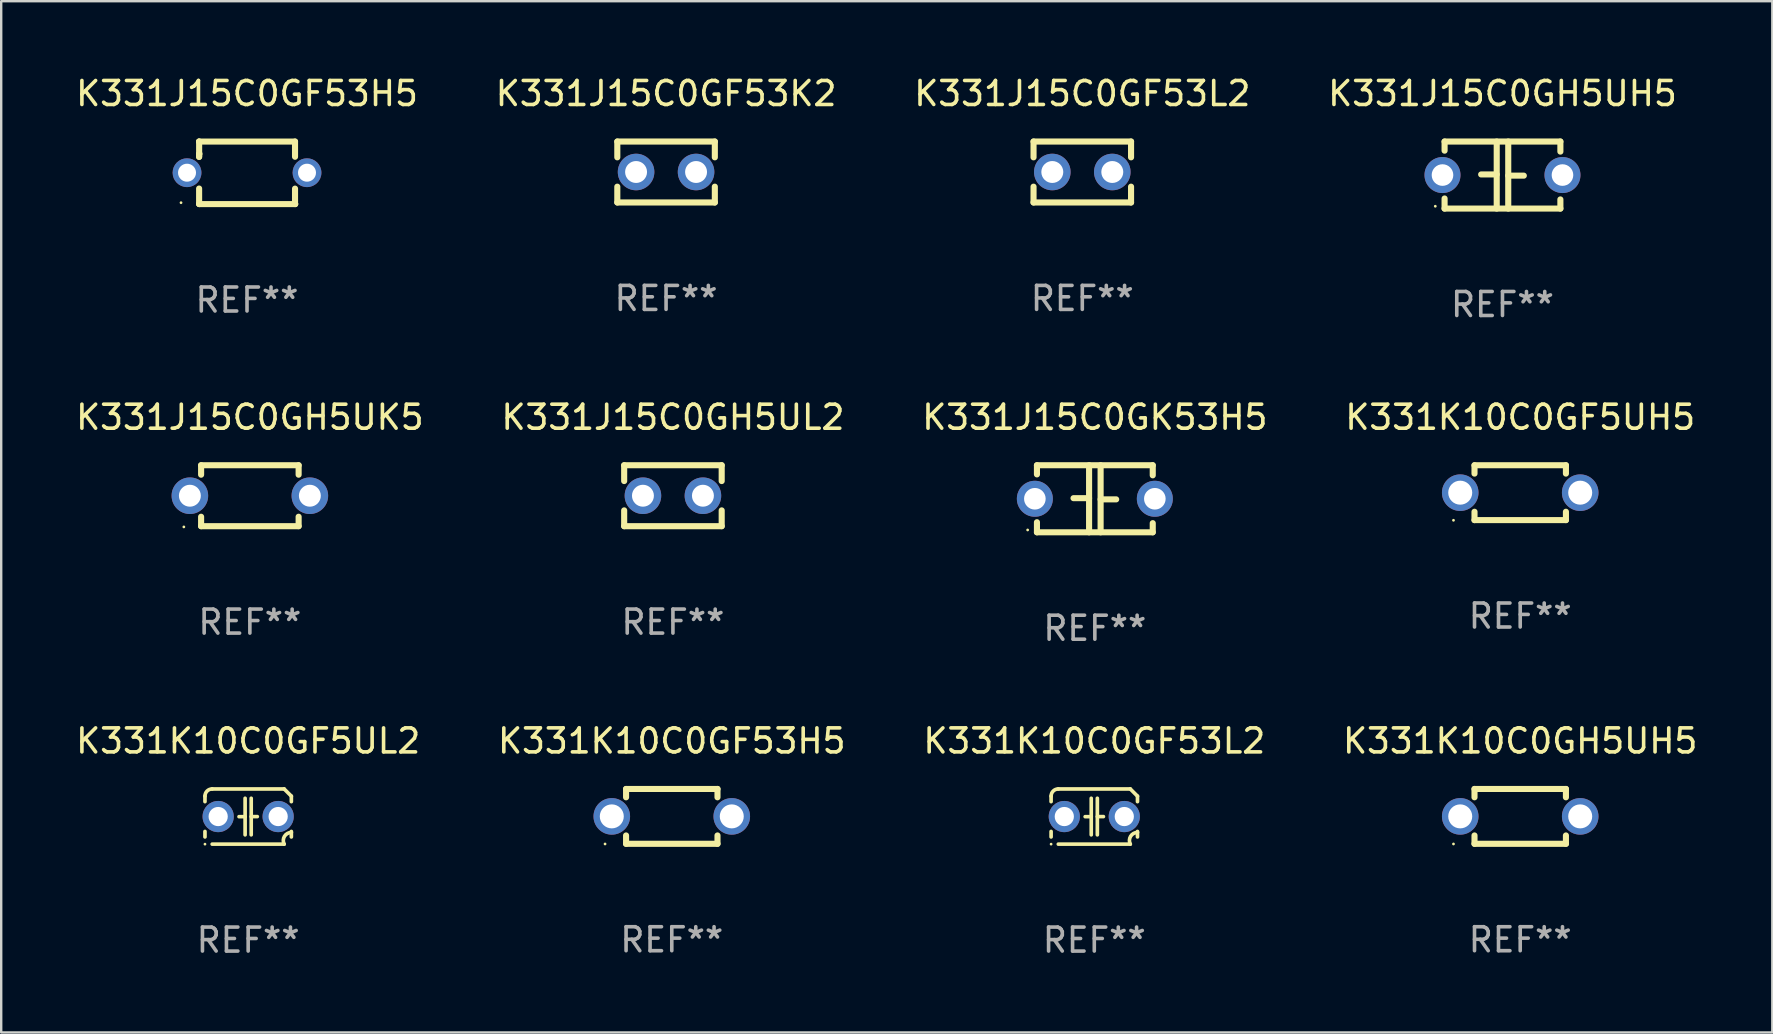
<source format=kicad_pcb>
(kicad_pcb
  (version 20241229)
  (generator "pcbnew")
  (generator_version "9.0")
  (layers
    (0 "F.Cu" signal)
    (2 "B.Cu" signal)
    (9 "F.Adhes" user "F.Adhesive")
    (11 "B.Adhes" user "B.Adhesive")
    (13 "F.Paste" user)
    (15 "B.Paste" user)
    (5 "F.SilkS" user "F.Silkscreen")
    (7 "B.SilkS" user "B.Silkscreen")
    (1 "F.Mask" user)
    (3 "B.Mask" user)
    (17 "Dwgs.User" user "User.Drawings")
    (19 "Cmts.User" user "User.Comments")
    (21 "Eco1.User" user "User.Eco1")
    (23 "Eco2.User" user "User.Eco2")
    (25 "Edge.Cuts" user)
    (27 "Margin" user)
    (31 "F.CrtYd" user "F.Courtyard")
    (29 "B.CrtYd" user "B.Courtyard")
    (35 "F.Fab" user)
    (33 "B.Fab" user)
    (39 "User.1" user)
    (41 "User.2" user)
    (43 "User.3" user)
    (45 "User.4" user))
  (footprint "K331K10C0GF53L2"
    (layer "F.Cu")
    (at 42.554 30.979)
    (property "Reference" "K331K10C0GF53L2" (at 0 -3.15 0) (layer "F.SilkS") (effects (font (size 1 1) (thickness 0.15))))
    (attr through_hole)
    (fp_line (start -1.8 -0.621) (end -1.8 -0.85) (stroke (width 0.152) (type solid)) (layer "F.SilkS"))
    (fp_line (start -1.8 0.85) (end -1.8 0.621) (stroke (width 0.152) (type solid)) (layer "F.SilkS"))
    (fp_line (start -1.5 -1.15) (end 1.5 -1.15) (stroke (width 0.152) (type solid)) (layer "F.SilkS"))
    (fp_line (start -0.127 -0.762) (end -0.127 0.762) (stroke (width 0.152) (type solid)) (layer "F.SilkS"))
    (fp_line (start -0.127 0.005) (end -0.381 0.005) (stroke (width 0.152) (type solid)) (layer "F.SilkS"))
    (fp_line (start 0.127 -0.762) (end 0.127 0.762) (stroke (width 0.152) (type solid)) (layer "F.SilkS"))
    (fp_line (start 0.127 0.002) (end 0.381 0.002) (stroke (width 0.152) (type solid)) (layer "F.SilkS"))
    (fp_line (start 1.5 1.15) (end -1.5 1.15) (stroke (width 0.152) (type solid)) (layer "F.SilkS"))
    (fp_line (start 1.8 -0.85) (end 1.8 -0.621) (stroke (width 0.152) (type solid)) (layer "F.SilkS"))
    (fp_line (start 1.8 0.621) (end 1.8 0.85) (stroke (width 0.152) (type solid)) (layer "F.SilkS"))
    (fp_arc (start -1.799975 -0.849987) (mid -1.712107 -1.062119) (end -1.499975 -1.149987) (stroke (width 0.151994) (type solid)) (layer "F.SilkS"))
    (fp_arc (start 1.499975 1.149987) (mid 1.513726 0.822359) (end 1.799975 0.662387) (stroke (width 0.151994) (type solid)) (layer "F.SilkS"))
    (fp_arc (start 1.500001 -1.149986) (mid 1.650015 -1.000001) (end 1.8 -0.849987) (stroke (width 0.151994) (type solid)) (layer "F.SilkS"))
    (fp_circle (center -1.8 1.15) (end -1.77 1.15) (stroke (width 0.06) (type solid)) (fill no) (layer "F.SilkS"))
    (fp_text user "REF**" (at 0 5.15 0) (layer "F.Fab") (effects (font (size 1 1) (thickness 0.15))))
    (pad "1" thru_hole circle (at -1.25 0) (size 1.3 1.3) (drill 0.8) (layers "*.Cu" "*.Mask"))
    (pad "2" thru_hole circle (at 1.25 0) (size 1.3 1.3) (drill 0.8) (layers "*.Cu" "*.Mask")))
  (footprint "K331J15C0GK53H5"
    (layer "F.Cu")
    (at 42.577 17.736)
    (property "Reference" "K331J15C0GK53H5" (at 0 -3.397 0) (layer "F.SilkS") (effects (font (size 1 1) (thickness 0.15))))
    (attr through_hole)
    (fp_line (start -2.413 -1.397) (end 2.413 -1.397) (stroke (width 0.254) (type solid)) (layer "F.SilkS"))
    (fp_line (start -2.413 -1.016) (end -2.413 -1.397) (stroke (width 0.254) (type solid)) (layer "F.SilkS"))
    (fp_line (start -2.413 0.977) (end -2.413 1.397) (stroke (width 0.254) (type solid)) (layer "F.SilkS"))
    (fp_line (start -0.24 -0.025) (end -0.889 -0.025) (stroke (width 0.254) (type solid)) (layer "F.SilkS"))
    (fp_line (start -0.24 1.397) (end -0.24 -1.397) (stroke (width 0.254) (type solid)) (layer "F.SilkS"))
    (fp_line (start 0.24 -1.397) (end 0.24 1.397) (stroke (width 0.254) (type solid)) (layer "F.SilkS"))
    (fp_line (start 0.24 0.025) (end 0.889 0.025) (stroke (width 0.254) (type solid)) (layer "F.SilkS"))
    (fp_line (start 2.413 -0.977) (end 2.413 -1.397) (stroke (width 0.254) (type solid)) (layer "F.SilkS"))
    (fp_line (start 2.413 1.016) (end 2.413 1.397) (stroke (width 0.254) (type solid)) (layer "F.SilkS"))
    (fp_line (start 2.413 1.397) (end -2.413 1.397) (stroke (width 0.254) (type solid)) (layer "F.SilkS"))
    (fp_circle (center -2.8 1.3) (end -2.77 1.3) (stroke (width 0.06) (type solid)) (fill no) (layer "F.SilkS"))
    (fp_text user "REF**" (at 0 5.397 0) (layer "F.Fab") (effects (font (size 1 1) (thickness 0.15))))
    (pad "1" thru_hole circle (at -2.5 0) (size 1.5 1.5) (drill 0.9) (layers "*.Cu" "*.Mask"))
    (pad "2" thru_hole circle (at 2.5 0) (size 1.5 1.5) (drill 0.9) (layers "*.Cu" "*.Mask")))
  (footprint "K331K10C0GF5UL2"
    (layer "F.Cu")
    (at 7.292 30.979)
    (property "Reference" "K331K10C0GF5UL2" (at 0 -3.15 0) (layer "F.SilkS") (effects (font (size 1 1) (thickness 0.15))))
    (attr through_hole)
    (fp_line (start -1.8 -0.621) (end -1.8 -0.85) (stroke (width 0.152) (type solid)) (layer "F.SilkS"))
    (fp_line (start -1.8 0.85) (end -1.8 0.621) (stroke (width 0.152) (type solid)) (layer "F.SilkS"))
    (fp_line (start -1.5 -1.15) (end 1.5 -1.15) (stroke (width 0.152) (type solid)) (layer "F.SilkS"))
    (fp_line (start -0.127 -0.762) (end -0.127 0.762) (stroke (width 0.152) (type solid)) (layer "F.SilkS"))
    (fp_line (start -0.127 0.005) (end -0.381 0.005) (stroke (width 0.152) (type solid)) (layer "F.SilkS"))
    (fp_line (start 0.127 -0.762) (end 0.127 0.762) (stroke (width 0.152) (type solid)) (layer "F.SilkS"))
    (fp_line (start 0.127 0.002) (end 0.381 0.002) (stroke (width 0.152) (type solid)) (layer "F.SilkS"))
    (fp_line (start 1.5 1.15) (end -1.5 1.15) (stroke (width 0.152) (type solid)) (layer "F.SilkS"))
    (fp_line (start 1.8 -0.85) (end 1.8 -0.621) (stroke (width 0.152) (type solid)) (layer "F.SilkS"))
    (fp_line (start 1.8 0.621) (end 1.8 0.85) (stroke (width 0.152) (type solid)) (layer "F.SilkS"))
    (fp_arc (start -1.799975 -0.849987) (mid -1.712107 -1.062119) (end -1.499975 -1.149987) (stroke (width 0.151994) (type solid)) (layer "F.SilkS"))
    (fp_arc (start 1.499975 1.149987) (mid 1.513726 0.822359) (end 1.799975 0.662387) (stroke (width 0.151994) (type solid)) (layer "F.SilkS"))
    (fp_arc (start 1.500001 -1.149986) (mid 1.650015 -1.000001) (end 1.8 -0.849987) (stroke (width 0.151994) (type solid)) (layer "F.SilkS"))
    (fp_circle (center -1.8 1.15) (end -1.77 1.15) (stroke (width 0.06) (type solid)) (fill no) (layer "F.SilkS"))
    (fp_text user "REF**" (at 0 5.15 0) (layer "F.Fab") (effects (font (size 1 1) (thickness 0.15))))
    (pad "1" thru_hole circle (at -1.25 0) (size 1.3 1.3) (drill 0.8) (layers "*.Cu" "*.Mask"))
    (pad "2" thru_hole circle (at 1.25 0) (size 1.3 1.3) (drill 0.8) (layers "*.Cu" "*.Mask")))
  (footprint "K331J15C0GF53L2"
    (layer "F.Cu")
    (at 42.054 4.118)
    (property "Reference" "K331J15C0GF53L2" (at 0 -3.27 0) (layer "F.SilkS") (effects (font (size 1 1) (thickness 0.15))))
    (attr through_hole)
    (fp_line (start -2.032 -1.27) (end -2.032 -0.611) (stroke (width 0.254) (type solid)) (layer "F.SilkS"))
    (fp_line (start -2.032 0.611) (end -2.032 1.27) (stroke (width 0.254) (type solid)) (layer "F.SilkS"))
    (fp_line (start -2.032 1.27) (end 2.032 1.27) (stroke (width 0.254) (type solid)) (layer "F.SilkS"))
    (fp_line (start 2.032 -1.27) (end -2.032 -1.27) (stroke (width 0.254) (type solid)) (layer "F.SilkS"))
    (fp_line (start 2.032 -0.611) (end 2.032 -1.27) (stroke (width 0.254) (type solid)) (layer "F.SilkS"))
    (fp_line (start 2.032 1.27) (end 2.032 0.611) (stroke (width 0.254) (type solid)) (layer "F.SilkS"))
    (fp_circle (center -2 1.3) (end -1.97 1.3) (stroke (width 0.06) (type solid)) (fill no) (layer "F.SilkS"))
    (fp_text user "REF**" (at 0 5.27 0) (layer "F.Fab") (effects (font (size 1 1) (thickness 0.15))))
    (pad "1" thru_hole circle (at -1.25 0) (size 1.524 1.524) (drill 0.914) (layers "*.Cu" "*.Mask"))
    (pad "2" thru_hole circle (at 1.25 0) (size 1.524 1.524) (drill 0.914) (layers "*.Cu" "*.Mask")))
  (footprint "K331K10C0GF53H5"
    (layer "F.Cu")
    (at 24.946 30.972)
    (property "Reference" "K331K10C0GF53H5" (at 0 -3.143 0) (layer "F.SilkS") (effects (font (size 1 1) (thickness 0.15))))
    (attr through_hole)
    (fp_line (start -1.905 -1.143) (end 1.905 -1.143) (stroke (width 0.254) (type solid)) (layer "F.SilkS"))
    (fp_line (start -1.905 -0.795) (end -1.905 -1.143) (stroke (width 0.254) (type solid)) (layer "F.SilkS"))
    (fp_line (start -1.905 1.143) (end -1.905 0.795) (stroke (width 0.254) (type solid)) (layer "F.SilkS"))
    (fp_line (start 1.905 -1.143) (end 1.905 -0.795) (stroke (width 0.254) (type solid)) (layer "F.SilkS"))
    (fp_line (start 1.905 0.795) (end 1.905 1.143) (stroke (width 0.254) (type solid)) (layer "F.SilkS"))
    (fp_line (start 1.905 1.143) (end -1.905 1.143) (stroke (width 0.254) (type solid)) (layer "F.SilkS"))
    (fp_circle (center -2.781 1.15) (end -2.751 1.15) (stroke (width 0.06) (type solid)) (fill no) (layer "F.SilkS"))
    (fp_text user "REF**" (at 0 5.143 0) (layer "F.Fab") (effects (font (size 1 1) (thickness 0.15))))
    (pad "1" thru_hole circle (at -2.5 0) (size 1.524 1.524) (drill 1) (layers "*.Cu" "*.Mask"))
    (pad "2" thru_hole circle (at 2.5 0) (size 1.524 1.524) (drill 1) (layers "*.Cu" "*.Mask")))
  (footprint "K331J15C0GH5UK5"
    (layer "F.Cu")
    (at 7.363 17.609)
    (property "Reference" "K331J15C0GH5UK5" (at 0 -3.27 0) (layer "F.SilkS") (effects (font (size 1 1) (thickness 0.15))))
    (attr through_hole)
    (fp_line (start -2.032 -1.27) (end -2.032 -0.876) (stroke (width 0.254) (type solid)) (layer "F.SilkS"))
    (fp_line (start -2.032 0.876) (end -2.032 1.27) (stroke (width 0.254) (type solid)) (layer "F.SilkS"))
    (fp_line (start -2.032 1.27) (end 2.032 1.27) (stroke (width 0.254) (type solid)) (layer "F.SilkS"))
    (fp_line (start 2.032 -1.27) (end -2.032 -1.27) (stroke (width 0.254) (type solid)) (layer "F.SilkS"))
    (fp_line (start 2.032 -0.876) (end 2.032 -1.27) (stroke (width 0.254) (type solid)) (layer "F.SilkS"))
    (fp_line (start 2.032 1.27) (end 2.032 0.876) (stroke (width 0.254) (type solid)) (layer "F.SilkS"))
    (fp_circle (center -2.751 1.3) (end -2.721 1.3) (stroke (width 0.06) (type solid)) (fill no) (layer "F.SilkS"))
    (fp_text user "REF**" (at 0 5.27 0) (layer "F.Fab") (effects (font (size 1 1) (thickness 0.15))))
    (pad "1" thru_hole circle (at -2.5 0) (size 1.524 1.524) (drill 0.914) (layers "*.Cu" "*.Mask"))
    (pad "2" thru_hole circle (at 2.5 0) (size 1.524 1.524) (drill 0.914) (layers "*.Cu" "*.Mask")))
  (footprint "K331K10C0GH5UH5"
    (layer "F.Cu")
    (at 60.304 30.972)
    (property "Reference" "K331K10C0GH5UH5" (at 0 -3.143 0) (layer "F.SilkS") (effects (font (size 1 1) (thickness 0.15))))
    (attr through_hole)
    (fp_line (start -1.905 -1.143) (end 1.905 -1.143) (stroke (width 0.254) (type solid)) (layer "F.SilkS"))
    (fp_line (start -1.905 -0.795) (end -1.905 -1.143) (stroke (width 0.254) (type solid)) (layer "F.SilkS"))
    (fp_line (start -1.905 1.143) (end -1.905 0.795) (stroke (width 0.254) (type solid)) (layer "F.SilkS"))
    (fp_line (start 1.905 -1.143) (end 1.905 -0.795) (stroke (width 0.254) (type solid)) (layer "F.SilkS"))
    (fp_line (start 1.905 0.795) (end 1.905 1.143) (stroke (width 0.254) (type solid)) (layer "F.SilkS"))
    (fp_line (start 1.905 1.143) (end -1.905 1.143) (stroke (width 0.254) (type solid)) (layer "F.SilkS"))
    (fp_circle (center -2.781 1.15) (end -2.751 1.15) (stroke (width 0.06) (type solid)) (fill no) (layer "F.SilkS"))
    (fp_text user "REF**" (at 0 5.143 0) (layer "F.Fab") (effects (font (size 1 1) (thickness 0.15))))
    (pad "1" thru_hole circle (at -2.5 0) (size 1.524 1.524) (drill 1) (layers "*.Cu" "*.Mask"))
    (pad "2" thru_hole circle (at 2.5 0) (size 1.524 1.524) (drill 1) (layers "*.Cu" "*.Mask")))
  (footprint "K331J15C0GH5UL2"
    (layer "F.Cu")
    (at 24.994 17.609)
    (property "Reference" "K331J15C0GH5UL2" (at 0 -3.27 0) (layer "F.SilkS") (effects (font (size 1 1) (thickness 0.15))))
    (attr through_hole)
    (fp_line (start -2.032 -1.27) (end -2.032 -0.611) (stroke (width 0.254) (type solid)) (layer "F.SilkS"))
    (fp_line (start -2.032 0.611) (end -2.032 1.27) (stroke (width 0.254) (type solid)) (layer "F.SilkS"))
    (fp_line (start -2.032 1.27) (end 2.032 1.27) (stroke (width 0.254) (type solid)) (layer "F.SilkS"))
    (fp_line (start 2.032 -1.27) (end -2.032 -1.27) (stroke (width 0.254) (type solid)) (layer "F.SilkS"))
    (fp_line (start 2.032 -0.611) (end 2.032 -1.27) (stroke (width 0.254) (type solid)) (layer "F.SilkS"))
    (fp_line (start 2.032 1.27) (end 2.032 0.611) (stroke (width 0.254) (type solid)) (layer "F.SilkS"))
    (fp_circle (center -2 1.3) (end -1.97 1.3) (stroke (width 0.06) (type solid)) (fill no) (layer "F.SilkS"))
    (fp_text user "REF**" (at 0 5.27 0) (layer "F.Fab") (effects (font (size 1 1) (thickness 0.15))))
    (pad "1" thru_hole circle (at -1.25 0) (size 1.524 1.524) (drill 0.914) (layers "*.Cu" "*.Mask"))
    (pad "2" thru_hole circle (at 1.25 0) (size 1.524 1.524) (drill 0.914) (layers "*.Cu" "*.Mask")))
  (footprint "K331J15C0GF53H5"
    (layer "F.Cu")
    (at 7.244 4.152)
    (property "Reference" "K331J15C0GF53H5" (at 0 -3.303 0) (layer "F.SilkS") (effects (font (size 1 1) (thickness 0.15))))
    (attr through_hole)
    (fp_line (start -1.996 -0.782) (end -1.983 -0.795) (stroke (width 0.254) (type solid)) (layer "F.SilkS"))
    (fp_line (start -1.996 -0.665) (end -1.996 -0.782) (stroke (width 0.254) (type solid)) (layer "F.SilkS"))
    (fp_line (start -1.996 1.297) (end -1.996 0.655) (stroke (width 0.254) (type solid)) (layer "F.SilkS"))
    (fp_line (start -1.996 -1.303) (end 2.001 -1.303) (stroke (width 0.254) (type solid)) (layer "F.SilkS"))
    (fp_line (start -1.995 -1.303) (end -1.996 -1.303) (stroke (width 0.254) (type solid)) (layer "F.SilkS"))
    (fp_line (start -1.995 -0.664) (end -1.995 -1.303) (stroke (width 0.254) (type solid)) (layer "F.SilkS"))
    (fp_line (start -1.99 1.303) (end -1.996 1.297) (stroke (width 0.254) (type solid)) (layer "F.SilkS"))
    (fp_line (start 2.001 -1.303) (end 2.001 -0.669) (stroke (width 0.254) (type solid)) (layer "F.SilkS"))
    (fp_line (start 2.001 0.659) (end 2.001 1.297) (stroke (width 0.254) (type solid)) (layer "F.SilkS"))
    (fp_line (start 2.001 1.297) (end 2.008 1.303) (stroke (width 0.254) (type solid)) (layer "F.SilkS"))
    (fp_line (start 2.008 1.303) (end -1.99 1.303) (stroke (width 0.254) (type solid)) (layer "F.SilkS"))
    (fp_circle (center -2.75 1.245) (end -2.72 1.245) (stroke (width 0.06) (type solid)) (fill no) (layer "F.SilkS"))
    (fp_text user "REF**" (at 0 5.303 0) (layer "F.Fab") (effects (font (size 1 1) (thickness 0.15))))
    (pad "1" thru_hole circle (at -2.5 -0.005) (size 1.2 1.2) (drill 0.75) (layers "*.Cu" "*.Mask"))
    (pad "2" thru_hole circle (at 2.5 -0.005) (size 1.2 1.2) (drill 0.75) (layers "*.Cu" "*.Mask")))
  (footprint "K331K10C0GF5UH5"
    (layer "F.Cu")
    (at 60.304 17.482)
    (property "Reference" "K331K10C0GF5UH5" (at 0 -3.143 0) (layer "F.SilkS") (effects (font (size 1 1) (thickness 0.15))))
    (attr through_hole)
    (fp_line (start -1.905 -1.143) (end 1.905 -1.143) (stroke (width 0.254) (type solid)) (layer "F.SilkS"))
    (fp_line (start -1.905 -0.795) (end -1.905 -1.143) (stroke (width 0.254) (type solid)) (layer "F.SilkS"))
    (fp_line (start -1.905 1.143) (end -1.905 0.795) (stroke (width 0.254) (type solid)) (layer "F.SilkS"))
    (fp_line (start 1.905 -1.143) (end 1.905 -0.795) (stroke (width 0.254) (type solid)) (layer "F.SilkS"))
    (fp_line (start 1.905 0.795) (end 1.905 1.143) (stroke (width 0.254) (type solid)) (layer "F.SilkS"))
    (fp_line (start 1.905 1.143) (end -1.905 1.143) (stroke (width 0.254) (type solid)) (layer "F.SilkS"))
    (fp_circle (center -2.781 1.15) (end -2.751 1.15) (stroke (width 0.06) (type solid)) (fill no) (layer "F.SilkS"))
    (fp_text user "REF**" (at 0 5.143 0) (layer "F.Fab") (effects (font (size 1 1) (thickness 0.15))))
    (pad "1" thru_hole circle (at -2.5 0) (size 1.524 1.524) (drill 1) (layers "*.Cu" "*.Mask"))
    (pad "2" thru_hole circle (at 2.5 0) (size 1.524 1.524) (drill 1) (layers "*.Cu" "*.Mask")))
  (footprint "K331J15C0GF53K2"
    (layer "F.Cu")
    (at 24.708 4.118)
    (property "Reference" "K331J15C0GF53K2" (at 0 -3.27 0) (layer "F.SilkS") (effects (font (size 1 1) (thickness 0.15))))
    (attr through_hole)
    (fp_line (start -2.032 -1.27) (end -2.032 -0.611) (stroke (width 0.254) (type solid)) (layer "F.SilkS"))
    (fp_line (start -2.032 0.611) (end -2.032 1.27) (stroke (width 0.254) (type solid)) (layer "F.SilkS"))
    (fp_line (start -2.032 1.27) (end 2.032 1.27) (stroke (width 0.254) (type solid)) (layer "F.SilkS"))
    (fp_line (start 2.032 -1.27) (end -2.032 -1.27) (stroke (width 0.254) (type solid)) (layer "F.SilkS"))
    (fp_line (start 2.032 -0.611) (end 2.032 -1.27) (stroke (width 0.254) (type solid)) (layer "F.SilkS"))
    (fp_line (start 2.032 1.27) (end 2.032 0.611) (stroke (width 0.254) (type solid)) (layer "F.SilkS"))
    (fp_circle (center -2 1.3) (end -1.97 1.3) (stroke (width 0.06) (type solid)) (fill no) (layer "F.SilkS"))
    (fp_text user "REF**" (at 0 5.27 0) (layer "F.Fab") (effects (font (size 1 1) (thickness 0.15))))
    (pad "1" thru_hole circle (at -1.25 0) (size 1.524 1.524) (drill 0.914) (layers "*.Cu" "*.Mask"))
    (pad "2" thru_hole circle (at 1.25 0) (size 1.524 1.524) (drill 0.914) (layers "*.Cu" "*.Mask")))
  (footprint "K331J15C0GH5UH5"
    (layer "F.Cu")
    (at 59.565 4.245)
    (property "Reference" "K331J15C0GH5UH5" (at 0 -3.397 0) (layer "F.SilkS") (effects (font (size 1 1) (thickness 0.15))))
    (attr through_hole)
    (fp_line (start -2.413 -1.397) (end 2.413 -1.397) (stroke (width 0.254) (type solid)) (layer "F.SilkS"))
    (fp_line (start -2.413 -1.016) (end -2.413 -1.397) (stroke (width 0.254) (type solid)) (layer "F.SilkS"))
    (fp_line (start -2.413 0.977) (end -2.413 1.397) (stroke (width 0.254) (type solid)) (layer "F.SilkS"))
    (fp_line (start -0.24 -0.025) (end -0.889 -0.025) (stroke (width 0.254) (type solid)) (layer "F.SilkS"))
    (fp_line (start -0.24 1.397) (end -0.24 -1.397) (stroke (width 0.254) (type solid)) (layer "F.SilkS"))
    (fp_line (start 0.24 -1.397) (end 0.24 1.397) (stroke (width 0.254) (type solid)) (layer "F.SilkS"))
    (fp_line (start 0.24 0.025) (end 0.889 0.025) (stroke (width 0.254) (type solid)) (layer "F.SilkS"))
    (fp_line (start 2.413 -0.977) (end 2.413 -1.397) (stroke (width 0.254) (type solid)) (layer "F.SilkS"))
    (fp_line (start 2.413 1.016) (end 2.413 1.397) (stroke (width 0.254) (type solid)) (layer "F.SilkS"))
    (fp_line (start 2.413 1.397) (end -2.413 1.397) (stroke (width 0.254) (type solid)) (layer "F.SilkS"))
    (fp_circle (center -2.8 1.3) (end -2.77 1.3) (stroke (width 0.06) (type solid)) (fill no) (layer "F.SilkS"))
    (fp_text user "REF**" (at 0 5.397 0) (layer "F.Fab") (effects (font (size 1 1) (thickness 0.15))))
    (pad "1" thru_hole circle (at -2.5 0) (size 1.5 1.5) (drill 0.9) (layers "*.Cu" "*.Mask"))
    (pad "2" thru_hole circle (at 2.5 0) (size 1.5 1.5) (drill 0.9) (layers "*.Cu" "*.Mask")))
  (gr_rect
    (start -3 -3)
    (end 70.81 39.977)
    (stroke (width 0.1) (type default))
    (fill no)
    (layer "Edge.Cuts")))
</source>
